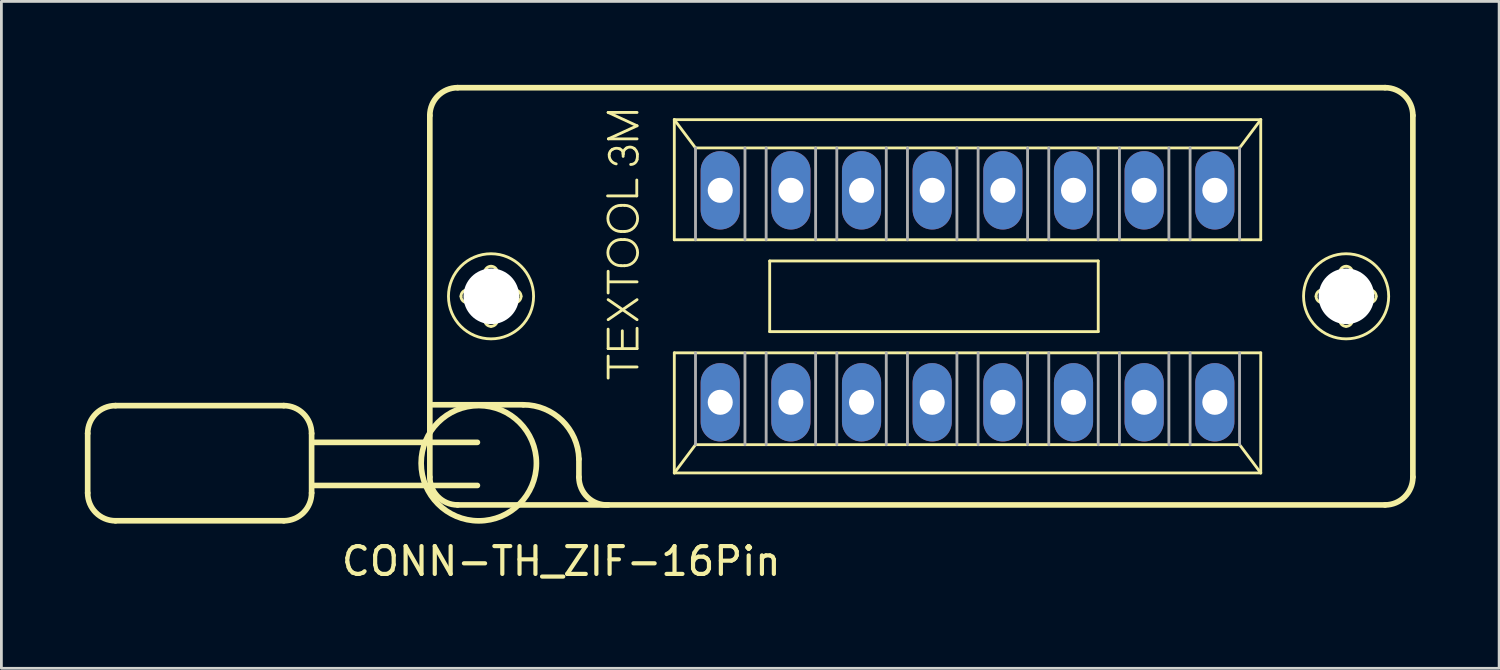
<source format=kicad_pcb>
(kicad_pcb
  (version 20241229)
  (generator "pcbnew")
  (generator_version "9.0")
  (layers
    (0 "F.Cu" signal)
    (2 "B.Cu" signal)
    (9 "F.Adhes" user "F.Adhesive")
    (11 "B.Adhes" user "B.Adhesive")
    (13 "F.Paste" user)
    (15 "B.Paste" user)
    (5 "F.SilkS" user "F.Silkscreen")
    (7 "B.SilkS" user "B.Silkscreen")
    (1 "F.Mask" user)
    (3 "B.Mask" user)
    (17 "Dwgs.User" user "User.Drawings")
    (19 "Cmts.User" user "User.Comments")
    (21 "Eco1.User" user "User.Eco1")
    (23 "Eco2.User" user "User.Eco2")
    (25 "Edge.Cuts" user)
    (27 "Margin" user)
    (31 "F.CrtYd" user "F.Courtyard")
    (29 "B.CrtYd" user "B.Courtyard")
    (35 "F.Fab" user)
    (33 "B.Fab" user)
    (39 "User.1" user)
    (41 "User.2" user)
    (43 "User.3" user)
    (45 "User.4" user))
  (footprint "CONN-TH_ZIF-16Pin"
    (layer "F.Cu")
    (at 31.732 7.602)
    (property "Reference" "CONN-TH_ZIF-16Pin" (at -14.605 9.525 0) (layer "F.SilkS") (effects (font (size 1 1) (thickness 0.15))))
    (attr through_hole)
    (fp_line (start -31.63 4.93) (end -31.63 7.07) (stroke (width 0.203) (type solid)) (layer "F.SilkS"))
    (fp_line (start -30.63 3.93) (end -24.58 3.93) (stroke (width 0.203) (type solid)) (layer "F.SilkS"))
    (fp_line (start -24.58 8.07) (end -30.63 8.07) (stroke (width 0.203) (type solid)) (layer "F.SilkS"))
    (fp_line (start -23.58 4.93) (end -23.58 7.07) (stroke (width 0.203) (type solid)) (layer "F.SilkS"))
    (fp_line (start -19.33 6.5) (end -19.33 -6.5) (stroke (width 0.203) (type solid)) (layer "F.SilkS"))
    (fp_line (start -19.22 3.9) (end -15.97 3.9) (stroke (width 0.203) (type solid)) (layer "F.SilkS"))
    (fp_line (start -18.33 -7.5) (end 15.01 -7.5) (stroke (width 0.203) (type solid)) (layer "F.SilkS"))
    (fp_line (start -17.98 -0.23) (end -17.43 -0.23) (stroke (width 0.102) (type solid)) (layer "F.SilkS"))
    (fp_line (start -17.62 5.25) (end -23.53 5.25) (stroke (width 0.203) (type solid)) (layer "F.SilkS"))
    (fp_line (start -17.62 6.8) (end -23.53 6.8) (stroke (width 0.203) (type solid)) (layer "F.SilkS"))
    (fp_line (start -17.44 0.23) (end -17.98 0.23) (stroke (width 0.102) (type solid)) (layer "F.SilkS"))
    (fp_line (start -17.36 -0.31) (end -17.36 -0.85) (stroke (width 0.102) (type solid)) (layer "F.SilkS"))
    (fp_line (start -17.36 0.85) (end -17.36 0.3) (stroke (width 0.102) (type solid)) (layer "F.SilkS"))
    (fp_line (start -16.9 -0.85) (end -16.9 -0.3) (stroke (width 0.102) (type solid)) (layer "F.SilkS"))
    (fp_line (start -16.9 0.31) (end -16.9 0.85) (stroke (width 0.102) (type solid)) (layer "F.SilkS"))
    (fp_line (start -16.82 -0.23) (end -16.28 -0.23) (stroke (width 0.102) (type solid)) (layer "F.SilkS"))
    (fp_line (start -16.28 0.23) (end -16.83 0.23) (stroke (width 0.102) (type solid)) (layer "F.SilkS"))
    (fp_line (start -13.97 5.85) (end -13.97 6.5) (stroke (width 0.203) (type solid)) (layer "F.SilkS"))
    (fp_line (start -12.94 -3.61) (end -11.89 -3.61) (stroke (width 0.102) (type solid)) (layer "F.SilkS"))
    (fp_line (start -12.92 -6.61) (end -11.88 -6.61) (stroke (width 0.102) (type solid)) (layer "F.SilkS"))
    (fp_line (start -12.92 -0.12) (end -12.92 -0.9) (stroke (width 0.102) (type solid)) (layer "F.SilkS"))
    (fp_line (start -12.92 0.12) (end -11.88 0.84) (stroke (width 0.102) (type solid)) (layer "F.SilkS"))
    (fp_line (start -12.92 0.84) (end -11.88 0.12) (stroke (width 0.102) (type solid)) (layer "F.SilkS"))
    (fp_line (start -12.92 1.18) (end -12.92 1.88) (stroke (width 0.102) (type solid)) (layer "F.SilkS"))
    (fp_line (start -12.92 1.88) (end -11.88 1.88) (stroke (width 0.102) (type solid)) (layer "F.SilkS"))
    (fp_line (start -12.92 2.94) (end -12.92 2.15) (stroke (width 0.102) (type solid)) (layer "F.SilkS"))
    (fp_line (start -12.91 -5.66) (end -11.88 -6.13) (stroke (width 0.102) (type solid)) (layer "F.SilkS"))
    (fp_line (start -12.91 2.54) (end -11.88 2.54) (stroke (width 0.102) (type solid)) (layer "F.SilkS"))
    (fp_line (start -12.9 -0.52) (end -11.88 -0.52) (stroke (width 0.102) (type solid)) (layer "F.SilkS"))
    (fp_line (start -12.46 -3.27) (end -12.33 -3.27) (stroke (width 0.102) (type solid)) (layer "F.SilkS"))
    (fp_line (start -12.46 -2.33) (end -12.33 -2.33) (stroke (width 0.102) (type solid)) (layer "F.SilkS"))
    (fp_line (start -12.46 -2.04) (end -12.33 -2.04) (stroke (width 0.102) (type solid)) (layer "F.SilkS"))
    (fp_line (start -12.46 -1.1) (end -12.33 -1.1) (stroke (width 0.102) (type solid)) (layer "F.SilkS"))
    (fp_line (start -12.41 1.24) (end -12.41 1.84) (stroke (width 0.102) (type solid)) (layer "F.SilkS"))
    (fp_line (start -12.38 -5.03) (end -12.38 -5.12) (stroke (width 0.102) (type solid)) (layer "F.SilkS"))
    (fp_line (start -11.89 -3.61) (end -11.89 -4.18) (stroke (width 0.102) (type solid)) (layer "F.SilkS"))
    (fp_line (start -11.88 -6.13) (end -12.92 -6.61) (stroke (width 0.102) (type solid)) (layer "F.SilkS"))
    (fp_line (start -11.88 -5.66) (end -12.91 -5.66) (stroke (width 0.102) (type solid)) (layer "F.SilkS"))
    (fp_line (start -11.88 1.88) (end -11.88 1.15) (stroke (width 0.102) (type solid)) (layer "F.SilkS"))
    (fp_line (start -10.541 -6.35) (end 10.541 -6.35) (stroke (width 0.102) (type solid)) (layer "F.SilkS"))
    (fp_line (start -10.541 -2.032) (end -10.541 -6.35) (stroke (width 0.102) (type solid)) (layer "F.SilkS"))
    (fp_line (start -10.541 2.032) (end 10.541 2.032) (stroke (width 0.102) (type solid)) (layer "F.SilkS"))
    (fp_line (start -10.541 6.35) (end -10.541 2.032) (stroke (width 0.102) (type solid)) (layer "F.SilkS"))
    (fp_line (start -10.541 6.35) (end -9.779 5.334) (stroke (width 0.102) (type solid)) (layer "F.SilkS"))
    (fp_line (start -9.779 -5.334) (end -10.541 -6.35) (stroke (width 0.102) (type solid)) (layer "F.SilkS"))
    (fp_line (start -9.779 5.334) (end 9.779 5.334) (stroke (width 0.102) (type solid)) (layer "F.SilkS"))
    (fp_line (start -7.112 -1.27) (end 4.699 -1.27) (stroke (width 0.102) (type solid)) (layer "F.SilkS"))
    (fp_line (start -7.112 1.27) (end -7.112 -1.27) (stroke (width 0.102) (type solid)) (layer "F.SilkS"))
    (fp_line (start 4.699 -1.27) (end 4.699 1.27) (stroke (width 0.102) (type solid)) (layer "F.SilkS"))
    (fp_line (start 4.699 1.27) (end -7.112 1.27) (stroke (width 0.102) (type solid)) (layer "F.SilkS"))
    (fp_line (start 9.779 -5.334) (end -9.779 -5.334) (stroke (width 0.102) (type solid)) (layer "F.SilkS"))
    (fp_line (start 9.779 5.334) (end 10.541 6.35) (stroke (width 0.102) (type solid)) (layer "F.SilkS"))
    (fp_line (start 10.541 -6.35) (end 9.779 -5.334) (stroke (width 0.102) (type solid)) (layer "F.SilkS"))
    (fp_line (start 10.541 -6.35) (end 10.541 -2.032) (stroke (width 0.102) (type solid)) (layer "F.SilkS"))
    (fp_line (start 10.541 -2.032) (end -10.541 -2.032) (stroke (width 0.102) (type solid)) (layer "F.SilkS"))
    (fp_line (start 10.541 2.032) (end 10.541 6.35) (stroke (width 0.102) (type solid)) (layer "F.SilkS"))
    (fp_line (start 10.541 6.35) (end -10.541 6.35) (stroke (width 0.102) (type solid)) (layer "F.SilkS"))
    (fp_line (start 12.76 -0.23) (end 13.31 -0.23) (stroke (width 0.102) (type solid)) (layer "F.SilkS"))
    (fp_line (start 13.3 0.23) (end 12.76 0.23) (stroke (width 0.102) (type solid)) (layer "F.SilkS"))
    (fp_line (start 13.38 -0.31) (end 13.38 -0.85) (stroke (width 0.102) (type solid)) (layer "F.SilkS"))
    (fp_line (start 13.38 0.85) (end 13.38 0.3) (stroke (width 0.102) (type solid)) (layer "F.SilkS"))
    (fp_line (start 13.84 -0.85) (end 13.84 -0.3) (stroke (width 0.102) (type solid)) (layer "F.SilkS"))
    (fp_line (start 13.84 0.31) (end 13.84 0.85) (stroke (width 0.102) (type solid)) (layer "F.SilkS"))
    (fp_line (start 13.92 -0.23) (end 14.46 -0.23) (stroke (width 0.102) (type solid)) (layer "F.SilkS"))
    (fp_line (start 14.46 0.23) (end 13.91 0.23) (stroke (width 0.102) (type solid)) (layer "F.SilkS"))
    (fp_line (start 15.01 7.5) (end -18.33 7.5) (stroke (width 0.203) (type solid)) (layer "F.SilkS"))
    (fp_line (start 16.01 -6.5) (end 16.01 6.5) (stroke (width 0.203) (type solid)) (layer "F.SilkS"))
    (fp_arc (start -31.63 4.93) (mid -31.337107 4.222893) (end -30.63 3.93) (stroke (width 0.2032) (type solid)) (layer "F.SilkS"))
    (fp_arc (start -30.63 8.07) (mid -31.337107 7.777107) (end -31.63 7.07) (stroke (width 0.2032) (type solid)) (layer "F.SilkS"))
    (fp_arc (start -24.58 3.93) (mid -23.872893 4.222893) (end -23.58 4.93) (stroke (width 0.2032) (type solid)) (layer "F.SilkS"))
    (fp_arc (start -23.58 7.07) (mid -23.872893 7.777107) (end -24.58 8.07) (stroke (width 0.2032) (type solid)) (layer "F.SilkS"))
    (fp_arc (start -19.33 -6.5) (mid -19.037107 -7.207107) (end -18.33 -7.5) (stroke (width 0.2032) (type solid)) (layer "F.SilkS"))
    (fp_arc (start -18.33 7.5) (mid -19.037107 7.207107) (end -19.33 6.5) (stroke (width 0.2032) (type solid)) (layer "F.SilkS"))
    (fp_arc (start -18.21 0) (mid -18.142635 -0.162635) (end -17.98 -0.23) (stroke (width 0.1016) (type solid)) (layer "F.SilkS"))
    (fp_arc (start -17.98 0.23) (mid -18.142635 0.162635) (end -18.21 0) (stroke (width 0.1016) (type solid)) (layer "F.SilkS"))
    (fp_arc (start -17.44 0.23) (mid -17.390503 0.250503) (end -17.37 0.3) (stroke (width 0.1016) (type solid)) (layer "F.SilkS"))
    (fp_arc (start -17.36 -0.85) (mid -17.292635 -1.012635) (end -17.13 -1.08) (stroke (width 0.1016) (type solid)) (layer "F.SilkS"))
    (fp_arc (start -17.36 -0.3) (mid -17.380503 -0.250503) (end -17.43 -0.23) (stroke (width 0.1016) (type solid)) (layer "F.SilkS"))
    (fp_arc (start -17.13 -1.08) (mid -16.967365 -1.012635) (end -16.9 -0.85) (stroke (width 0.1016) (type solid)) (layer "F.SilkS"))
    (fp_arc (start -17.13 1.08) (mid -17.292635 1.012635) (end -17.36 0.85) (stroke (width 0.1016) (type solid)) (layer "F.SilkS"))
    (fp_arc (start -16.9 0.3) (mid -16.879497 0.250503) (end -16.83 0.23) (stroke (width 0.1016) (type solid)) (layer "F.SilkS"))
    (fp_arc (start -16.9 0.85) (mid -16.967365 1.012635) (end -17.13 1.08) (stroke (width 0.1016) (type solid)) (layer "F.SilkS"))
    (fp_arc (start -16.83 -0.23) (mid -16.879497 -0.250503) (end -16.9 -0.3) (stroke (width 0.1016) (type solid)) (layer "F.SilkS"))
    (fp_arc (start -16.28 -0.23) (mid -16.117365 -0.162635) (end -16.05 0) (stroke (width 0.1016) (type solid)) (layer "F.SilkS"))
    (fp_arc (start -16.05 0) (mid -16.117365 0.162635) (end -16.28 0.23) (stroke (width 0.1016) (type solid)) (layer "F.SilkS"))
    (fp_arc (start -15.97 3.9) (mid -14.573341 4.46817) (end -13.97 5.85) (stroke (width 0.2032) (type solid)) (layer "F.SilkS"))
    (fp_arc (start -12.92 7.5) (mid -13.659286 7.225) (end -13.97 6.5) (stroke (width 0.2032) (type solid)) (layer "F.SilkS"))
    (fp_arc (start -12.88 -5.11) (mid -12.844621 -5.207696) (end -12.77 -5.28) (stroke (width 0.1016) (type solid)) (layer "F.SilkS"))
    (fp_arc (start -12.77 -5.28) (mid -12.637382 -5.322157) (end -12.5 -5.3) (stroke (width 0.1016) (type solid)) (layer "F.SilkS"))
    (fp_arc (start -12.63 -4.76) (mid -12.82297 -4.88645) (end -12.88 -5.11) (stroke (width 0.1016) (type solid)) (layer "F.SilkS"))
    (fp_arc (start -12.5 -5.3) (mid -12.41275 -5.228167) (end -12.38 -5.12) (stroke (width 0.1016) (type solid)) (layer "F.SilkS"))
    (fp_arc (start -12.46 -2.33) (mid -12.93 -2.8) (end -12.46 -3.27) (stroke (width 0.1016) (type solid)) (layer "F.SilkS"))
    (fp_arc (start -12.46 -1.1) (mid -12.93 -1.57) (end -12.46 -2.04) (stroke (width 0.1016) (type solid)) (layer "F.SilkS"))
    (fp_arc (start -12.38 -5.12) (mid -12.347891 -5.240938) (end -12.26 -5.33) (stroke (width 0.1016) (type solid)) (layer "F.SilkS"))
    (fp_arc (start -12.33 -3.27) (mid -11.86 -2.8) (end -12.33 -2.33) (stroke (width 0.1016) (type solid)) (layer "F.SilkS"))
    (fp_arc (start -12.33 -2.04) (mid -11.86 -1.57) (end -12.33 -1.1) (stroke (width 0.1016) (type solid)) (layer "F.SilkS"))
    (fp_arc (start -12.26 -5.33) (mid -12.116886 -5.363595) (end -11.98 -5.31) (stroke (width 0.1016) (type solid)) (layer "F.SilkS"))
    (fp_arc (start -11.98 -5.31) (mid -11.905084 -5.220954) (end -11.87 -5.11) (stroke (width 0.1016) (type solid)) (layer "F.SilkS"))
    (fp_arc (start -11.88 -4.92) (mid -11.962524 -4.788503) (end -12.11 -4.74) (stroke (width 0.1016) (type solid)) (layer "F.SilkS"))
    (fp_arc (start -11.87 -5.11) (mid -11.867277 -5.014593) (end -11.88 -4.92) (stroke (width 0.1016) (type solid)) (layer "F.SilkS"))
    (fp_arc (start 12.53 0) (mid 12.597365 -0.162635) (end 12.76 -0.23) (stroke (width 0.1016) (type solid)) (layer "F.SilkS"))
    (fp_arc (start 12.76 0.23) (mid 12.597365 0.162635) (end 12.53 0) (stroke (width 0.1016) (type solid)) (layer "F.SilkS"))
    (fp_arc (start 13.3 0.23) (mid 13.349497 0.250503) (end 13.37 0.3) (stroke (width 0.1016) (type solid)) (layer "F.SilkS"))
    (fp_arc (start 13.38 -0.85) (mid 13.447365 -1.012635) (end 13.61 -1.08) (stroke (width 0.1016) (type solid)) (layer "F.SilkS"))
    (fp_arc (start 13.38 -0.3) (mid 13.359497 -0.250503) (end 13.31 -0.23) (stroke (width 0.1016) (type solid)) (layer "F.SilkS"))
    (fp_arc (start 13.61 -1.08) (mid 13.772635 -1.012635) (end 13.84 -0.85) (stroke (width 0.1016) (type solid)) (layer "F.SilkS"))
    (fp_arc (start 13.61 1.08) (mid 13.447365 1.012635) (end 13.38 0.85) (stroke (width 0.1016) (type solid)) (layer "F.SilkS"))
    (fp_arc (start 13.84 0.3) (mid 13.860503 0.250503) (end 13.91 0.23) (stroke (width 0.1016) (type solid)) (layer "F.SilkS"))
    (fp_arc (start 13.84 0.85) (mid 13.772635 1.012635) (end 13.61 1.08) (stroke (width 0.1016) (type solid)) (layer "F.SilkS"))
    (fp_arc (start 13.91 -0.23) (mid 13.860503 -0.250503) (end 13.84 -0.3) (stroke (width 0.1016) (type solid)) (layer "F.SilkS"))
    (fp_arc (start 14.46 -0.23) (mid 14.622635 -0.162635) (end 14.69 0) (stroke (width 0.1016) (type solid)) (layer "F.SilkS"))
    (fp_arc (start 14.69 0) (mid 14.622635 0.162635) (end 14.46 0.23) (stroke (width 0.1016) (type solid)) (layer "F.SilkS"))
    (fp_arc (start 15.01 -7.5) (mid 15.717107 -7.207107) (end 16.01 -6.5) (stroke (width 0.2032) (type solid)) (layer "F.SilkS"))
    (fp_arc (start 16.01 6.5) (mid 15.717107 7.207107) (end 15.01 7.5) (stroke (width 0.2032) (type solid)) (layer "F.SilkS"))
    (fp_circle (center -17.57 6) (end -15.498 6) (stroke (width 0.203) (type solid)) (fill no) (layer "F.SilkS"))
    (fp_circle (center -17.13 0) (end -15.6 0) (stroke (width 0.102) (type solid)) (fill no) (layer "F.SilkS"))
    (fp_circle (center 13.61 0) (end 15.14 0) (stroke (width 0.102) (type solid)) (fill no) (layer "F.SilkS"))
    (fp_line (start -9.779 -5.334) (end -9.779 -2.032) (stroke (width 0.102) (type solid)) (layer "F.Fab"))
    (fp_line (start -9.779 2.032) (end -9.779 5.334) (stroke (width 0.102) (type solid)) (layer "F.Fab"))
    (fp_line (start -8.001 -2.032) (end -8.001 -5.334) (stroke (width 0.102) (type solid)) (layer "F.Fab"))
    (fp_line (start -8.001 2.032) (end -8.001 5.334) (stroke (width 0.102) (type solid)) (layer "F.Fab"))
    (fp_line (start -7.239 -2.032) (end -7.239 -5.334) (stroke (width 0.102) (type solid)) (layer "F.Fab"))
    (fp_line (start -7.239 2.032) (end -7.239 5.334) (stroke (width 0.102) (type solid)) (layer "F.Fab"))
    (fp_line (start -5.461 -2.032) (end -5.461 -5.334) (stroke (width 0.102) (type solid)) (layer "F.Fab"))
    (fp_line (start -5.461 2.032) (end -5.461 5.334) (stroke (width 0.102) (type solid)) (layer "F.Fab"))
    (fp_line (start -4.699 -2.032) (end -4.699 -5.334) (stroke (width 0.102) (type solid)) (layer "F.Fab"))
    (fp_line (start -4.699 2.032) (end -4.699 5.334) (stroke (width 0.102) (type solid)) (layer "F.Fab"))
    (fp_line (start -2.921 -2.032) (end -2.921 -5.334) (stroke (width 0.102) (type solid)) (layer "F.Fab"))
    (fp_line (start -2.921 2.032) (end -2.921 5.334) (stroke (width 0.102) (type solid)) (layer "F.Fab"))
    (fp_line (start -2.159 -2.032) (end -2.159 -5.334) (stroke (width 0.102) (type solid)) (layer "F.Fab"))
    (fp_line (start -2.159 2.032) (end -2.159 5.334) (stroke (width 0.102) (type solid)) (layer "F.Fab"))
    (fp_line (start -0.381 -2.032) (end -0.381 -5.334) (stroke (width 0.102) (type solid)) (layer "F.Fab"))
    (fp_line (start -0.381 2.032) (end -0.381 5.334) (stroke (width 0.102) (type solid)) (layer "F.Fab"))
    (fp_line (start 0.381 -2.032) (end 0.381 -5.334) (stroke (width 0.102) (type solid)) (layer "F.Fab"))
    (fp_line (start 0.381 2.032) (end 0.381 5.334) (stroke (width 0.102) (type solid)) (layer "F.Fab"))
    (fp_line (start 2.159 -2.032) (end 2.159 -5.334) (stroke (width 0.102) (type solid)) (layer "F.Fab"))
    (fp_line (start 2.159 2.032) (end 2.159 5.334) (stroke (width 0.102) (type solid)) (layer "F.Fab"))
    (fp_line (start 2.921 -2.032) (end 2.921 -5.334) (stroke (width 0.102) (type solid)) (layer "F.Fab"))
    (fp_line (start 2.921 2.032) (end 2.921 5.334) (stroke (width 0.102) (type solid)) (layer "F.Fab"))
    (fp_line (start 4.699 -2.032) (end 4.699 -5.334) (stroke (width 0.102) (type solid)) (layer "F.Fab"))
    (fp_line (start 4.699 2.032) (end 4.699 5.334) (stroke (width 0.102) (type solid)) (layer "F.Fab"))
    (fp_line (start 5.461 -2.032) (end 5.461 -5.334) (stroke (width 0.102) (type solid)) (layer "F.Fab"))
    (fp_line (start 5.461 2.032) (end 5.461 5.334) (stroke (width 0.102) (type solid)) (layer "F.Fab"))
    (fp_line (start 7.239 -2.032) (end 7.239 -5.334) (stroke (width 0.102) (type solid)) (layer "F.Fab"))
    (fp_line (start 7.239 2.032) (end 7.239 5.334) (stroke (width 0.102) (type solid)) (layer "F.Fab"))
    (fp_line (start 8.001 -2.032) (end 8.001 -5.334) (stroke (width 0.102) (type solid)) (layer "F.Fab"))
    (fp_line (start 8.001 2.032) (end 8.001 5.334) (stroke (width 0.102) (type solid)) (layer "F.Fab"))
    (fp_line (start 9.779 -2.032) (end 9.779 -5.334) (stroke (width 0.102) (type solid)) (layer "F.Fab"))
    (fp_line (start 9.779 5.334) (end 9.779 2.032) (stroke (width 0.102) (type solid)) (layer "F.Fab"))
    (pad "" np_thru_hole circle (at -17.12 0) (size 2 2) (drill 2) (layers "*.Cu" "*.Mask"))
    (pad "" np_thru_hole circle (at 13.62 0) (size 2 2) (drill 2) (layers "*.Cu" "*.Mask"))
    (pad "1" thru_hole oval (at -8.89 3.81) (size 1.408 2.816) (drill 0.9) (layers "*.Cu" "*.Mask"))
    (pad "2" thru_hole oval (at -6.35 3.81) (size 1.408 2.816) (drill 0.9) (layers "*.Cu" "*.Mask"))
    (pad "3" thru_hole oval (at -3.81 3.81) (size 1.408 2.816) (drill 0.9) (layers "*.Cu" "*.Mask"))
    (pad "4" thru_hole oval (at -1.27 3.81) (size 1.408 2.816) (drill 0.9) (layers "*.Cu" "*.Mask"))
    (pad "5" thru_hole oval (at 1.27 3.81) (size 1.408 2.816) (drill 0.9) (layers "*.Cu" "*.Mask"))
    (pad "6" thru_hole oval (at 3.81 3.81) (size 1.408 2.816) (drill 0.9) (layers "*.Cu" "*.Mask"))
    (pad "7" thru_hole oval (at 6.35 3.81) (size 1.408 2.816) (drill 0.9) (layers "*.Cu" "*.Mask"))
    (pad "8" thru_hole oval (at 8.89 3.81) (size 1.408 2.816) (drill 0.9) (layers "*.Cu" "*.Mask"))
    (pad "9" thru_hole oval (at 8.89 -3.81) (size 1.408 2.816) (drill 0.9) (layers "*.Cu" "*.Mask"))
    (pad "10" thru_hole oval (at 6.35 -3.81) (size 1.408 2.816) (drill 0.9) (layers "*.Cu" "*.Mask"))
    (pad "11" thru_hole oval (at 3.81 -3.81) (size 1.408 2.816) (drill 0.9) (layers "*.Cu" "*.Mask"))
    (pad "12" thru_hole oval (at 1.27 -3.81) (size 1.408 2.816) (drill 0.9) (layers "*.Cu" "*.Mask"))
    (pad "13" thru_hole oval (at -1.27 -3.81) (size 1.408 2.816) (drill 0.9) (layers "*.Cu" "*.Mask"))
    (pad "14" thru_hole oval (at -3.81 -3.81) (size 1.408 2.816) (drill 0.9) (layers "*.Cu" "*.Mask"))
    (pad "15" thru_hole oval (at -6.35 -3.81) (size 1.408 2.816) (drill 0.9) (layers "*.Cu" "*.Mask"))
    (pad "16" thru_hole oval (at -8.89 -3.81) (size 1.408 2.816) (drill 0.9) (layers "*.Cu" "*.Mask")))
  (gr_rect
    (start -3 -3)
    (end 50.843 20.975)
    (stroke (width 0.1) (type default))
    (fill no)
    (layer "Edge.Cuts")))
</source>
